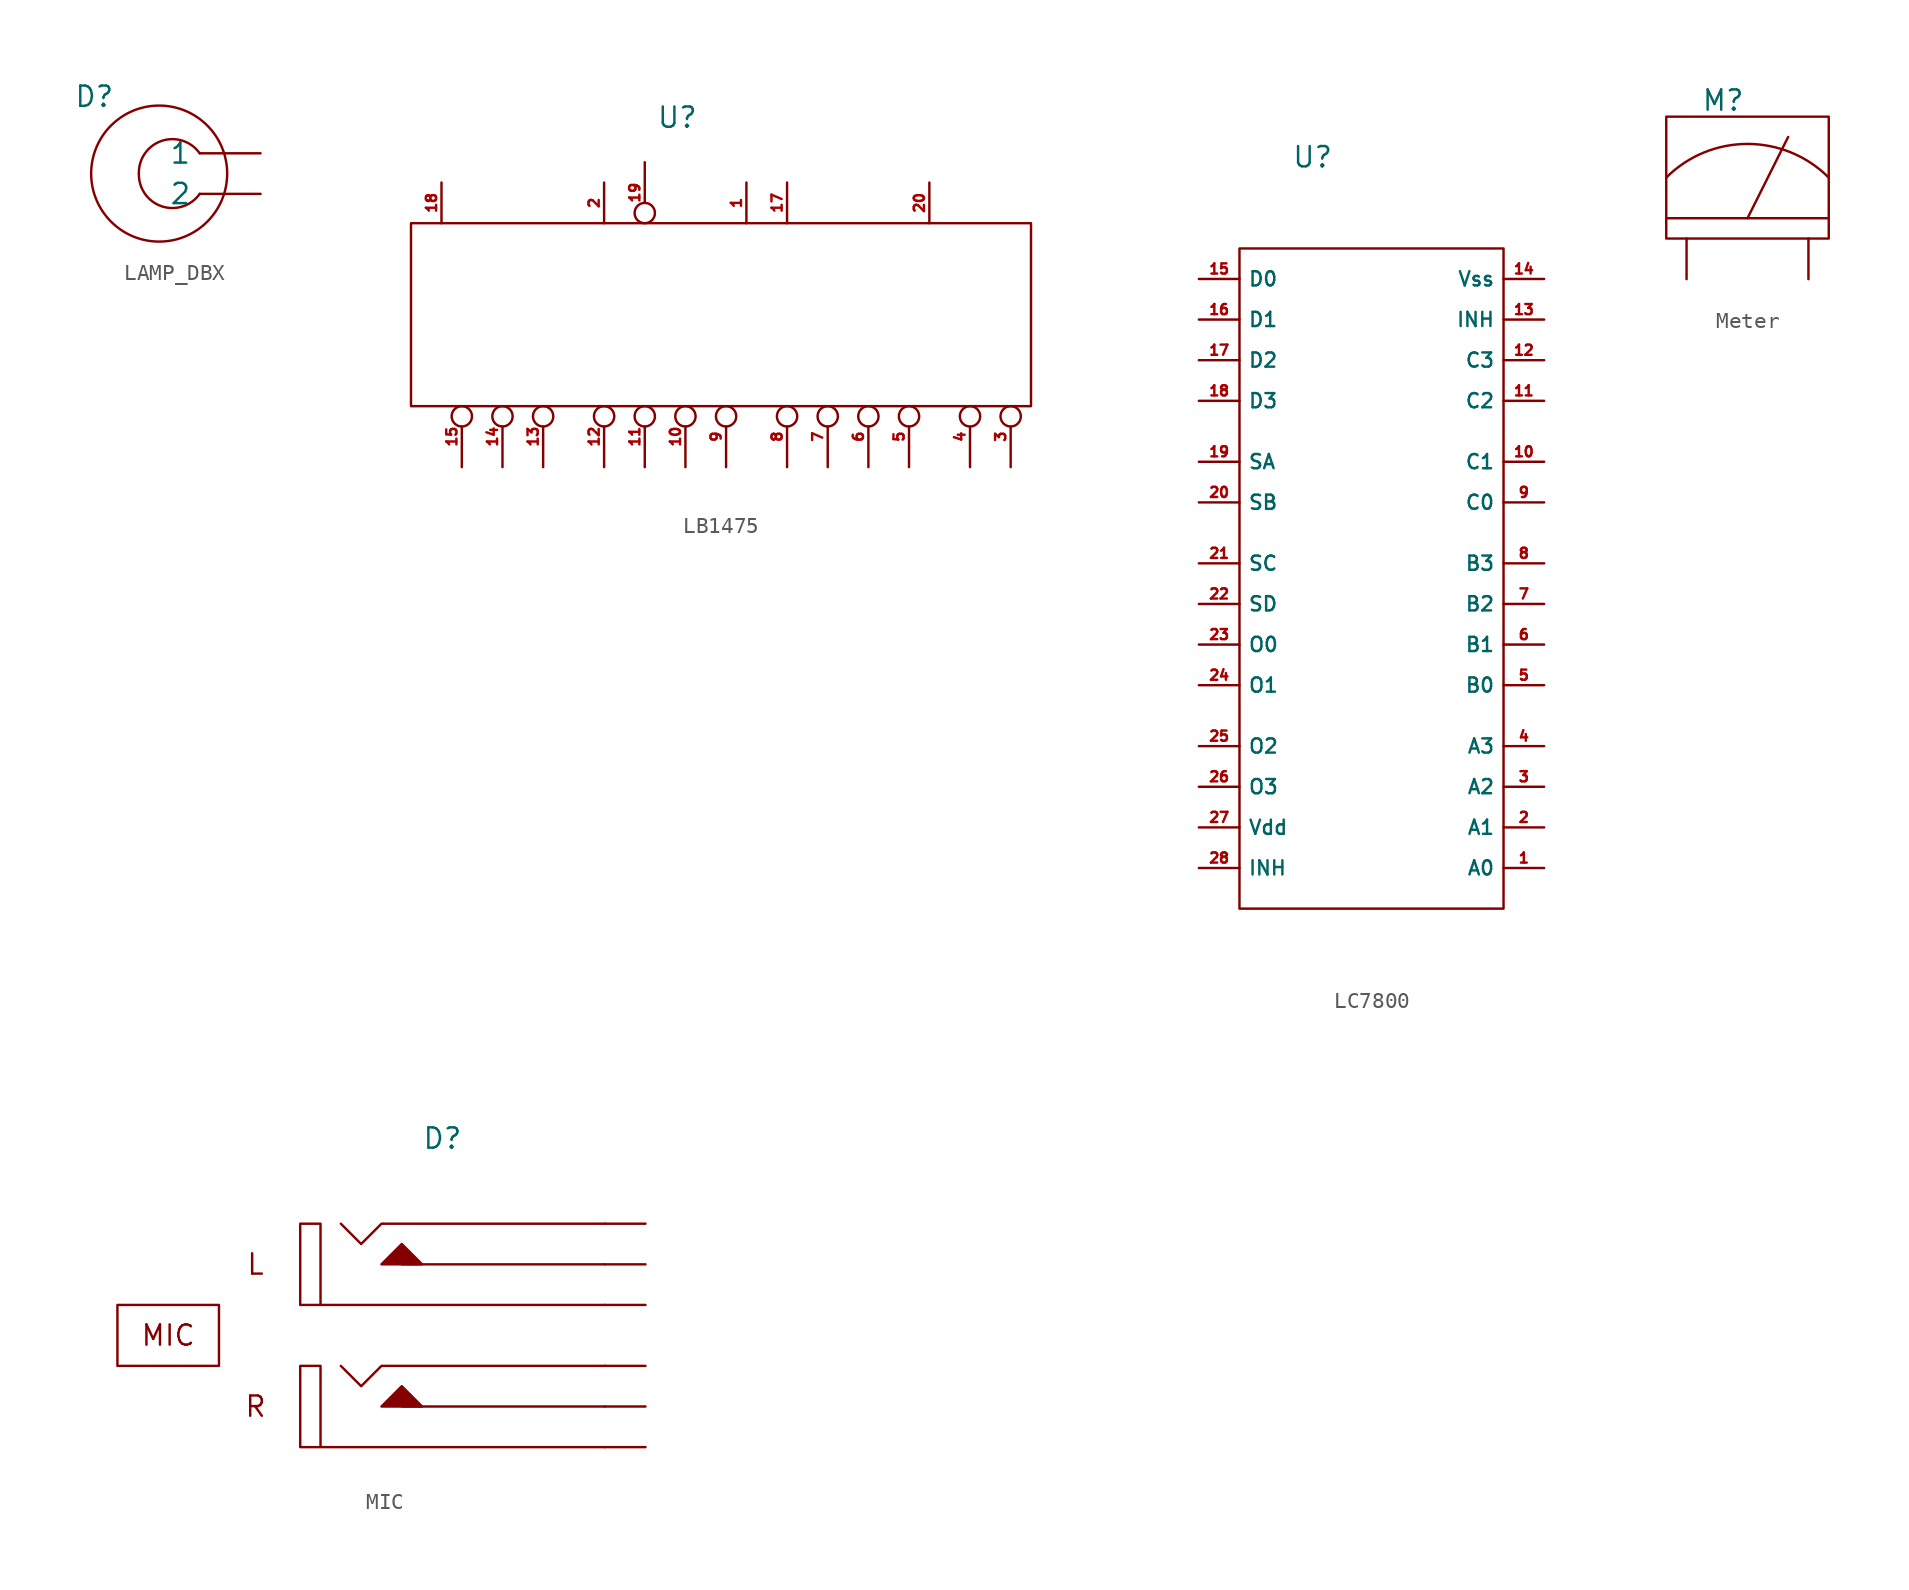
<source format=kicad_sym>
(kicad_symbol_lib
  (version 20241209)
  (generator "kicad_symbol_editor")
  (generator_version "9.0")
  (symbol "LAMP_DBX"
    (property "Reference" "D"
      (at -4.064 4.826 0)
      (effects (font (size 1.27 1.27))))
    (property "Value" ""
      (at 0 0 0)
      (effects (font (size 1.27 1.27))))
    (symbol "LAMP_DBX_0_1"
      (circle (center 0 0) (radius 4.26) (stroke (width 0) (type default)) (fill (type none)))
      (arc (start -1.27 0) (mid 0.1632 2.0506) (end 2.54 1.27) (stroke (width 0) (type default)) (fill (type none)))
      (arc (start 2.54 -1.27) (mid 0.1632 -2.0505) (end -1.27 0) (stroke (width 0) (type default)) (fill (type none))))
    (symbol "LAMP_DBX_1_1"
      (pin passive line (at 6.35 1.27 180) (length 3.81) (name "1" (effects (font (size 1.27 1.27)))) (number "" (effects (font (size 1.27 1.27)))))
      (pin passive line (at 6.35 -1.27 180) (length 3.81) (name "2" (effects (font (size 1.27 1.27)))) (number "" (effects (font (size 1.27 1.27)))))))
  (symbol "LB1475"
    (pin_names
      (offset 0))
    (property "Reference" "U"
      (at -4.318 12.954 0)
      (effects (font (size 1.27 1.27))))
    (property "Value" ""
      (at 0 0 0)
      (effects (font (size 1.27 1.27))))
    (symbol "LB1475_0_1"
      (rectangle (start -20.955 6.35) (end 17.78 -5.08) (stroke (width 0) (type default)) (fill (type none))))
    (symbol "LB1475_1_1"
      (pin input line (at -19.05 8.89 270) (length 2.54) (name "" (effects (font (size 0.889 0.889)))) (number "18" (effects (font (size 0.635 0.635)))))
      (pin input inverted (at -17.78 -8.89 90) (length 3.81) (name "" (effects (font (size 0.889 0.889)))) (number "15" (effects (font (size 0.635 0.635)))))
      (pin input inverted (at -15.24 -8.89 90) (length 3.81) (name "" (effects (font (size 0.889 0.889)))) (number "14" (effects (font (size 0.635 0.635)))))
      (pin input inverted (at -12.7 -8.89 90) (length 3.81) (name "" (effects (font (size 0.889 0.889)))) (number "13" (effects (font (size 0.635 0.635)))))
      (pin input line (at -8.89 8.89 270) (length 2.54) (name "" (effects (font (size 0.889 0.889)))) (number "2" (effects (font (size 0.635 0.635)))))
      (pin input inverted (at -8.89 -8.89 90) (length 3.81) (name "" (effects (font (size 0.889 0.889)))) (number "12" (effects (font (size 0.635 0.635)))))
      (pin input inverted (at -6.35 10.16 270) (length 3.81) (name "" (effects (font (size 0.889 0.889)))) (number "19" (effects (font (size 0.635 0.635)))))
      (pin input inverted (at -6.35 -8.89 90) (length 3.81) (name "" (effects (font (size 0.889 0.889)))) (number "11" (effects (font (size 0.635 0.635)))))
      (pin input inverted (at -3.81 -8.89 90) (length 3.81) (name "" (effects (font (size 0.889 0.889)))) (number "10" (effects (font (size 0.635 0.635)))))
      (pin input inverted (at -1.27 -8.89 90) (length 3.81) (name "" (effects (font (size 0.889 0.889)))) (number "9" (effects (font (size 0.635 0.635)))))
      (pin input line (at 0 8.89 270) (length 2.54) (name "" (effects (font (size 0.889 0.889)))) (number "1" (effects (font (size 0.635 0.635)))))
      (pin input line (at 2.54 8.89 270) (length 2.54) (name "" (effects (font (size 0.889 0.889)))) (number "17" (effects (font (size 0.635 0.635)))))
      (pin input inverted (at 2.54 -8.89 90) (length 3.81) (name "" (effects (font (size 0.889 0.889)))) (number "8" (effects (font (size 0.635 0.635)))))
      (pin input inverted (at 5.08 -8.89 90) (length 3.81) (name "" (effects (font (size 0.889 0.889)))) (number "7" (effects (font (size 0.635 0.635)))))
      (pin input inverted (at 7.62 -8.89 90) (length 3.81) (name "" (effects (font (size 0.889 0.889)))) (number "6" (effects (font (size 0.635 0.635)))))
      (pin input inverted (at 10.16 -8.89 90) (length 3.81) (name "" (effects (font (size 0.889 0.889)))) (number "5" (effects (font (size 0.635 0.635)))))
      (pin input line (at 11.43 8.89 270) (length 2.54) (name "" (effects (font (size 0.889 0.889)))) (number "20" (effects (font (size 0.635 0.635)))))
      (pin input inverted (at 13.97 -8.89 90) (length 3.81) (name "" (effects (font (size 0.889 0.889)))) (number "4" (effects (font (size 0.635 0.635)))))
      (pin input inverted (at 16.51 -8.89 90) (length 3.81) (name "" (effects (font (size 0.889 0.889)))) (number "3" (effects (font (size 0.635 0.635)))))))
  (symbol "LC7800"
    (property "Reference" "U"
      (at -4.318 19.05 0)
      (effects (font (size 1.27 1.27))))
    (property "Value" ""
      (at 0 0 0)
      (effects (font (size 1.27 1.27))))
    (symbol "LC7800_0_1"
      (rectangle (start -8.89 13.335) (end 7.62 -27.94) (stroke (width 0) (type default)) (fill (type none))))
    (symbol "LC7800_1_1"
      (pin input line (at -11.43 11.43 0) (length 2.54) (name "D0" (effects (font (size 0.889 0.889)))) (number "15" (effects (font (size 0.635 0.635)))))
      (pin input line (at -11.43 8.89 0) (length 2.54) (name "D1" (effects (font (size 0.889 0.889)))) (number "16" (effects (font (size 0.635 0.635)))))
      (pin input line (at -11.43 6.35 0) (length 2.54) (name "D2" (effects (font (size 0.889 0.889)))) (number "17" (effects (font (size 0.635 0.635)))))
      (pin input line (at -11.43 3.81 0) (length 2.54) (name "D3" (effects (font (size 0.889 0.889)))) (number "18" (effects (font (size 0.635 0.635)))))
      (pin input line (at -11.43 0 0) (length 2.54) (name "SA" (effects (font (size 0.889 0.889)))) (number "19" (effects (font (size 0.635 0.635)))))
      (pin input line (at -11.43 -2.54 0) (length 2.54) (name "SB" (effects (font (size 0.889 0.889)))) (number "20" (effects (font (size 0.635 0.635)))))
      (pin input line (at -11.43 -6.35 0) (length 2.54) (name "SC" (effects (font (size 0.889 0.889)))) (number "21" (effects (font (size 0.635 0.635)))))
      (pin input line (at -11.43 -8.89 0) (length 2.54) (name "SD" (effects (font (size 0.889 0.889)))) (number "22" (effects (font (size 0.635 0.635)))))
      (pin input line (at -11.43 -11.43 0) (length 2.54) (name "O0" (effects (font (size 0.889 0.889)))) (number "23" (effects (font (size 0.635 0.635)))))
      (pin input line (at -11.43 -13.97 0) (length 2.54) (name "O1" (effects (font (size 0.889 0.889)))) (number "24" (effects (font (size 0.635 0.635)))))
      (pin input line (at -11.43 -17.78 0) (length 2.54) (name "O2" (effects (font (size 0.889 0.889)))) (number "25" (effects (font (size 0.635 0.635)))))
      (pin input line (at -11.43 -20.32 0) (length 2.54) (name "O3" (effects (font (size 0.889 0.889)))) (number "26" (effects (font (size 0.635 0.635)))))
      (pin input line (at -11.43 -22.86 0) (length 2.54) (name "Vdd" (effects (font (size 0.889 0.889)))) (number "27" (effects (font (size 0.635 0.635)))))
      (pin input line (at -11.43 -25.4 0) (length 2.54) (name "INH" (effects (font (size 0.889 0.889)))) (number "28" (effects (font (size 0.635 0.635)))))
      (pin input line (at 10.16 11.43 180) (length 2.54) (name "Vss" (effects (font (size 0.889 0.889)))) (number "14" (effects (font (size 0.635 0.635)))))
      (pin input line (at 10.16 8.89 180) (length 2.54) (name "INH" (effects (font (size 0.889 0.889)))) (number "13" (effects (font (size 0.635 0.635)))))
      (pin input line (at 10.16 6.35 180) (length 2.54) (name "C3" (effects (font (size 0.889 0.889)))) (number "12" (effects (font (size 0.635 0.635)))))
      (pin input line (at 10.16 3.81 180) (length 2.54) (name "C2" (effects (font (size 0.889 0.889)))) (number "11" (effects (font (size 0.635 0.635)))))
      (pin input line (at 10.16 0 180) (length 2.54) (name "C1" (effects (font (size 0.889 0.889)))) (number "10" (effects (font (size 0.635 0.635)))))
      (pin input line (at 10.16 -2.54 180) (length 2.54) (name "C0" (effects (font (size 0.889 0.889)))) (number "9" (effects (font (size 0.635 0.635)))))
      (pin input line (at 10.16 -6.35 180) (length 2.54) (name "B3" (effects (font (size 0.889 0.889)))) (number "8" (effects (font (size 0.635 0.635)))))
      (pin input line (at 10.16 -8.89 180) (length 2.54) (name "B2" (effects (font (size 0.889 0.889)))) (number "7" (effects (font (size 0.635 0.635)))))
      (pin input line (at 10.16 -11.43 180) (length 2.54) (name "B1" (effects (font (size 0.889 0.889)))) (number "6" (effects (font (size 0.635 0.635)))))
      (pin input line (at 10.16 -13.97 180) (length 2.54) (name "B0" (effects (font (size 0.889 0.889)))) (number "5" (effects (font (size 0.635 0.635)))))
      (pin input line (at 10.16 -17.78 180) (length 2.54) (name "A3" (effects (font (size 0.889 0.889)))) (number "4" (effects (font (size 0.635 0.635)))))
      (pin input line (at 10.16 -20.32 180) (length 2.54) (name "A2" (effects (font (size 0.889 0.889)))) (number "3" (effects (font (size 0.635 0.635)))))
      (pin input line (at 10.16 -22.86 180) (length 2.54) (name "A1" (effects (font (size 0.889 0.889)))) (number "2" (effects (font (size 0.635 0.635)))))
      (pin input line (at 10.16 -25.4 180) (length 2.54) (name "A0" (effects (font (size 0.889 0.889)))) (number "1" (effects (font (size 0.635 0.635)))))))
  (symbol "Meter"
    (property "Reference" "M"
      (at -1.524 7.366 0)
      (effects (font (size 1.27 1.27))))
    (symbol "Meter_0_1"
      (rectangle (start -5.08 6.35) (end 5.08 -1.27) (stroke (width 0) (type default)) (fill (type none)))
      (polyline (pts (xy -5.08 0) (xy 5.08 0)) (stroke (width 0) (type default)) (fill (type none)))
      (polyline (pts (xy 0 0) (xy 2.54 5.08)) (stroke (width 0) (type default)) (fill (type none)))
      (arc (start -5.08 2.54) (mid 0 4.6442) (end 5.08 2.54) (stroke (width 0) (type default)) (fill (type none))))
    (symbol "Meter_1_1"
      (pin input line (at -3.81 -3.81 90) (length 2.54) (name "" (effects (font (size 1.27 1.27)))) (number "" (effects (font (size 1.27 1.27)))))
      (pin input line (at 3.81 -3.81 90) (length 2.54) (name "" (effects (font (size 1.27 1.27)))) (number "" (effects (font (size 1.27 1.27)))))))
  (symbol "MIC"
    (property "Reference" "D"
      (at -10.16 10.414 0)
      (effects (font (size 1.27 1.27))))
    (property "Value" ""
      (at 0 0 0)
      (effects (font (size 1.27 1.27))))
    (symbol "MIC_0_1"
      (polyline (pts (xy 0 5.08) (xy -13.97 5.08) (xy -15.24 3.81) (xy -16.51 5.08)) (stroke (width 0) (type default)) (fill (type none)))
      (polyline (pts (xy 0 2.54) (xy -12.7 2.54)) (stroke (width 0) (type default)) (fill (type none)))
      (polyline (pts (xy 0 0) (xy -17.78 0) (xy -17.78 5.08) (xy -19.05 5.08) (xy -19.05 0) (xy -17.78 0)) (stroke (width 0) (type default)) (fill (type none)))
      (polyline (pts (xy 0 -3.81) (xy -13.97 -3.81) (xy -15.24 -5.08) (xy -16.51 -3.81)) (stroke (width 0) (type default)) (fill (type none)))
      (polyline (pts (xy 0 -6.35) (xy -12.7 -6.35)) (stroke (width 0) (type default)) (fill (type none)))
      (polyline (pts (xy 0 -8.89) (xy -17.78 -8.89) (xy -17.78 -3.81) (xy -19.05 -3.81) (xy -19.05 -8.89) (xy -17.78 -8.89)) (stroke (width 0) (type default)) (fill (type none))))
    (symbol "MIC_1_1"
      (polyline (pts (xy -13.97 2.54) (xy -11.43 2.54) (xy -12.7 3.81) (xy -13.97 2.54)) (stroke (width 0) (type solid)) (fill (type outline)))
      (polyline (pts (xy -13.97 -6.35) (xy -11.43 -6.35) (xy -12.7 -5.08) (xy -13.97 -6.35)) (stroke (width 0) (type solid)) (fill (type outline)))
      (text "L" (at -21.844 2.54 0) (effects (font (size 1.27 1.27))))
      (text "R" (at -21.844 -6.35 0) (effects (font (size 1.27 1.27))))
      (text_box "MIC" (at -30.48 0 0) (size 6.35 -3.81) (margins 1.016 1.016 1.016 1.016) (stroke (width 0) (type solid)) (fill (type none)) (effects (font (size 1.27 1.27))))
      (pin output line (at 2.54 5.08 180) (length 2.54) (name "" (effects (font (size 1.27 1.27)))) (number "" (effects (font (size 1.27 1.27)))))
      (pin output line (at 2.54 2.54 180) (length 2.54) (name "" (effects (font (size 1.27 1.27)))) (number "" (effects (font (size 1.27 1.27)))))
      (pin output line (at 2.54 0 180) (length 2.54) (name "" (effects (font (size 1.27 1.27)))) (number "" (effects (font (size 1.27 1.27)))))
      (pin output line (at 2.54 -3.81 180) (length 2.54) (name "" (effects (font (size 1.27 1.27)))) (number "" (effects (font (size 1.27 1.27)))))
      (pin output line (at 2.54 -6.35 180) (length 2.54) (name "" (effects (font (size 1.27 1.27)))) (number "" (effects (font (size 1.27 1.27)))))
      (pin output line (at 2.54 -8.89 180) (length 2.54) (name "" (effects (font (size 1.27 1.27)))) (number "" (effects (font (size 1.27 1.27))))))))
</source>
